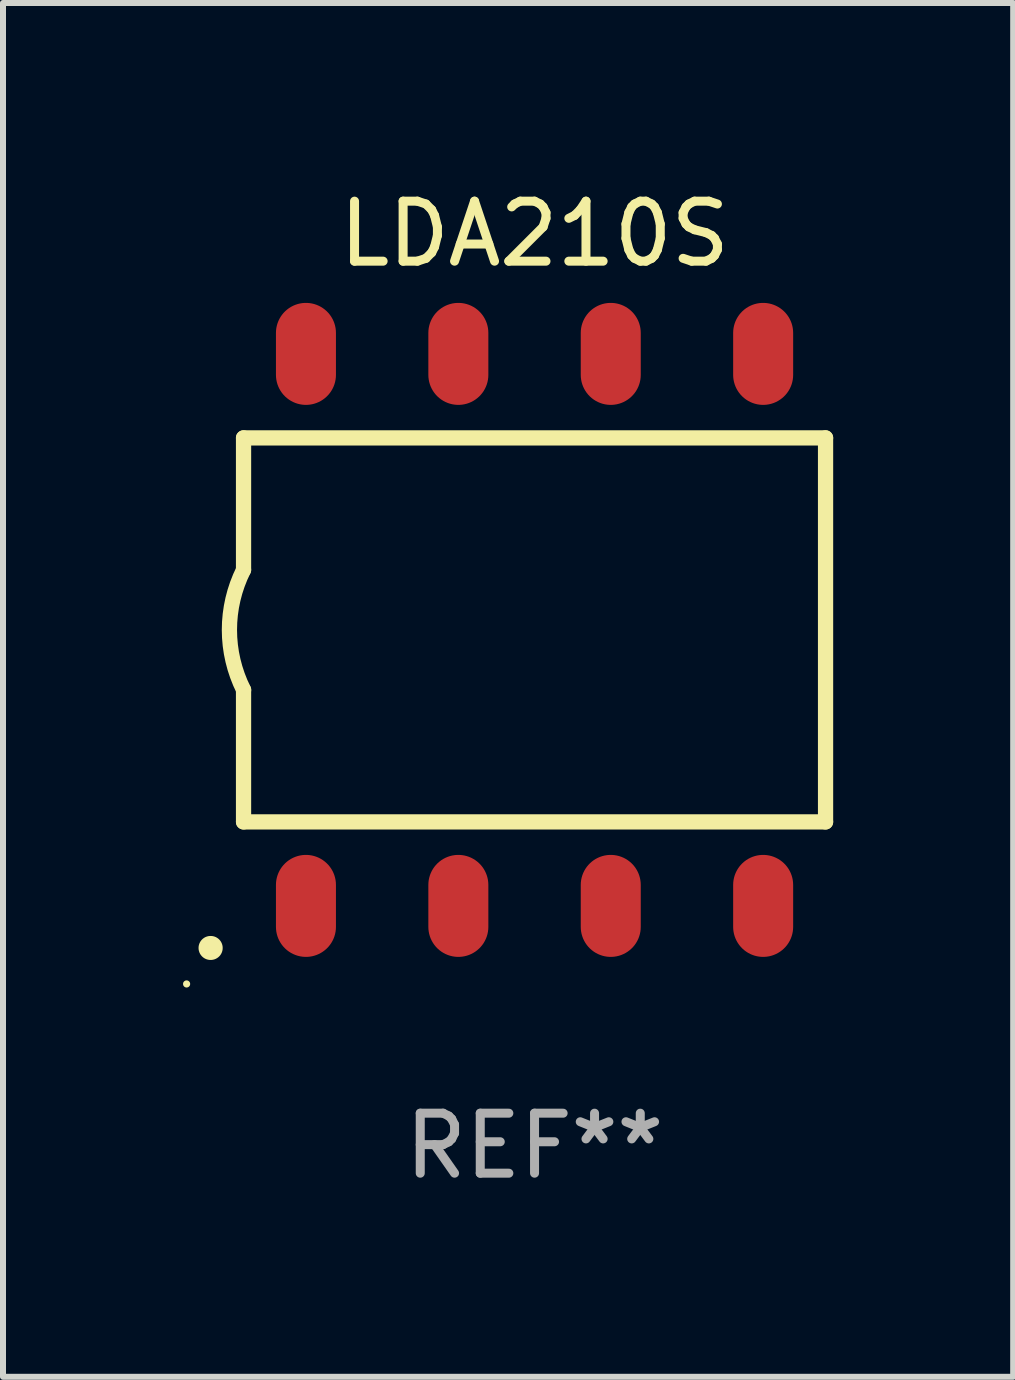
<source format=kicad_pcb>
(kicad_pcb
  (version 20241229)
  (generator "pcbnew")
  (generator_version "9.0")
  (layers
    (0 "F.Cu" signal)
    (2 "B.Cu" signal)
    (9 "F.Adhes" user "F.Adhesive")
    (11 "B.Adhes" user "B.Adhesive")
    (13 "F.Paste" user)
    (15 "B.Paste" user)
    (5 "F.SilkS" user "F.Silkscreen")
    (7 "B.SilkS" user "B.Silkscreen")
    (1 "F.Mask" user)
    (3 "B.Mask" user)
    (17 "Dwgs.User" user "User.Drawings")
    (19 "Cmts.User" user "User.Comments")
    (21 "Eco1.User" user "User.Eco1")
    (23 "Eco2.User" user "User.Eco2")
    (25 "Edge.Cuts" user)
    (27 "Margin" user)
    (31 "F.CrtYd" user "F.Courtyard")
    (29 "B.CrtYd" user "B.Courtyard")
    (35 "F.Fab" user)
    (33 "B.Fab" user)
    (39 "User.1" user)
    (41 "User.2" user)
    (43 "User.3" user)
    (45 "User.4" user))
  (footprint "LDA210S"
    (layer "F.Cu")
    (at 5.859 7.448)
    (property "Reference" "LDA210S" (at 0 -6.6 0) (layer "F.SilkS") (effects (font (size 1 1) (thickness 0.15))))
    (attr through_hole)
    (fp_line (start -4.85 -3.2) (end -4.85 -1) (stroke (width 0.254) (type solid)) (layer "F.SilkS"))
    (fp_line (start -4.85 -3.2) (end 4.85 -3.2) (stroke (width 0.254) (type solid)) (layer "F.SilkS"))
    (fp_line (start -4.85 3.2) (end -4.85 1) (stroke (width 0.254) (type solid)) (layer "F.SilkS"))
    (fp_line (start 4.85 -3.2) (end 4.85 3.2) (stroke (width 0.254) (type solid)) (layer "F.SilkS"))
    (fp_line (start 4.85 3.2) (end -4.85 3.2) (stroke (width 0.254) (type solid)) (layer "F.SilkS"))
    (fp_arc (start -5.400051 5.300991) (mid -5.398781 5.300987) (end -5.397511 5.300991) (stroke (width 0.4) (type solid)) (layer "F.SilkS"))
    (fp_arc (start -4.84887 1.000762) (mid -5.085418 0.000516) (end -4.850013 -1) (stroke (width 0.254001) (type solid)) (layer "F.SilkS"))
    (fp_circle (center -5.799 5.901) (end -5.769 5.901) (stroke (width 0.06) (type solid)) (fill no) (layer "F.SilkS"))
    (fp_text user "REF**" (at 0 8.6 0) (layer "F.Fab") (effects (font (size 1 1) (thickness 0.15))))
    (pad "1" smd oval (at -3.81 4.6) (size 1 1.7) (layers "F.Cu" "F.Mask" "F.Paste"))
    (pad "2" smd oval (at -1.27 4.6) (size 1 1.7) (layers "F.Cu" "F.Mask" "F.Paste"))
    (pad "3" smd oval (at 1.27 4.6) (size 1 1.7) (layers "F.Cu" "F.Mask" "F.Paste"))
    (pad "4" smd oval (at 3.81 4.6) (size 1 1.7) (layers "F.Cu" "F.Mask" "F.Paste"))
    (pad "5" smd oval (at 3.81 -4.6 180) (size 1 1.7) (layers "F.Cu" "F.Mask" "F.Paste"))
    (pad "6" smd oval (at 1.27 -4.6 180) (size 1 1.7) (layers "F.Cu" "F.Mask" "F.Paste"))
    (pad "7" smd oval (at -1.27 -4.6 180) (size 1 1.7) (layers "F.Cu" "F.Mask" "F.Paste"))
    (pad "8" smd oval (at -3.81 -4.6 180) (size 1 1.7) (layers "F.Cu" "F.Mask" "F.Paste")))
  (gr_rect
    (start -3 -3)
    (end 13.836 19.896)
    (stroke (width 0.1) (type default))
    (fill no)
    (layer "Edge.Cuts")))
</source>
